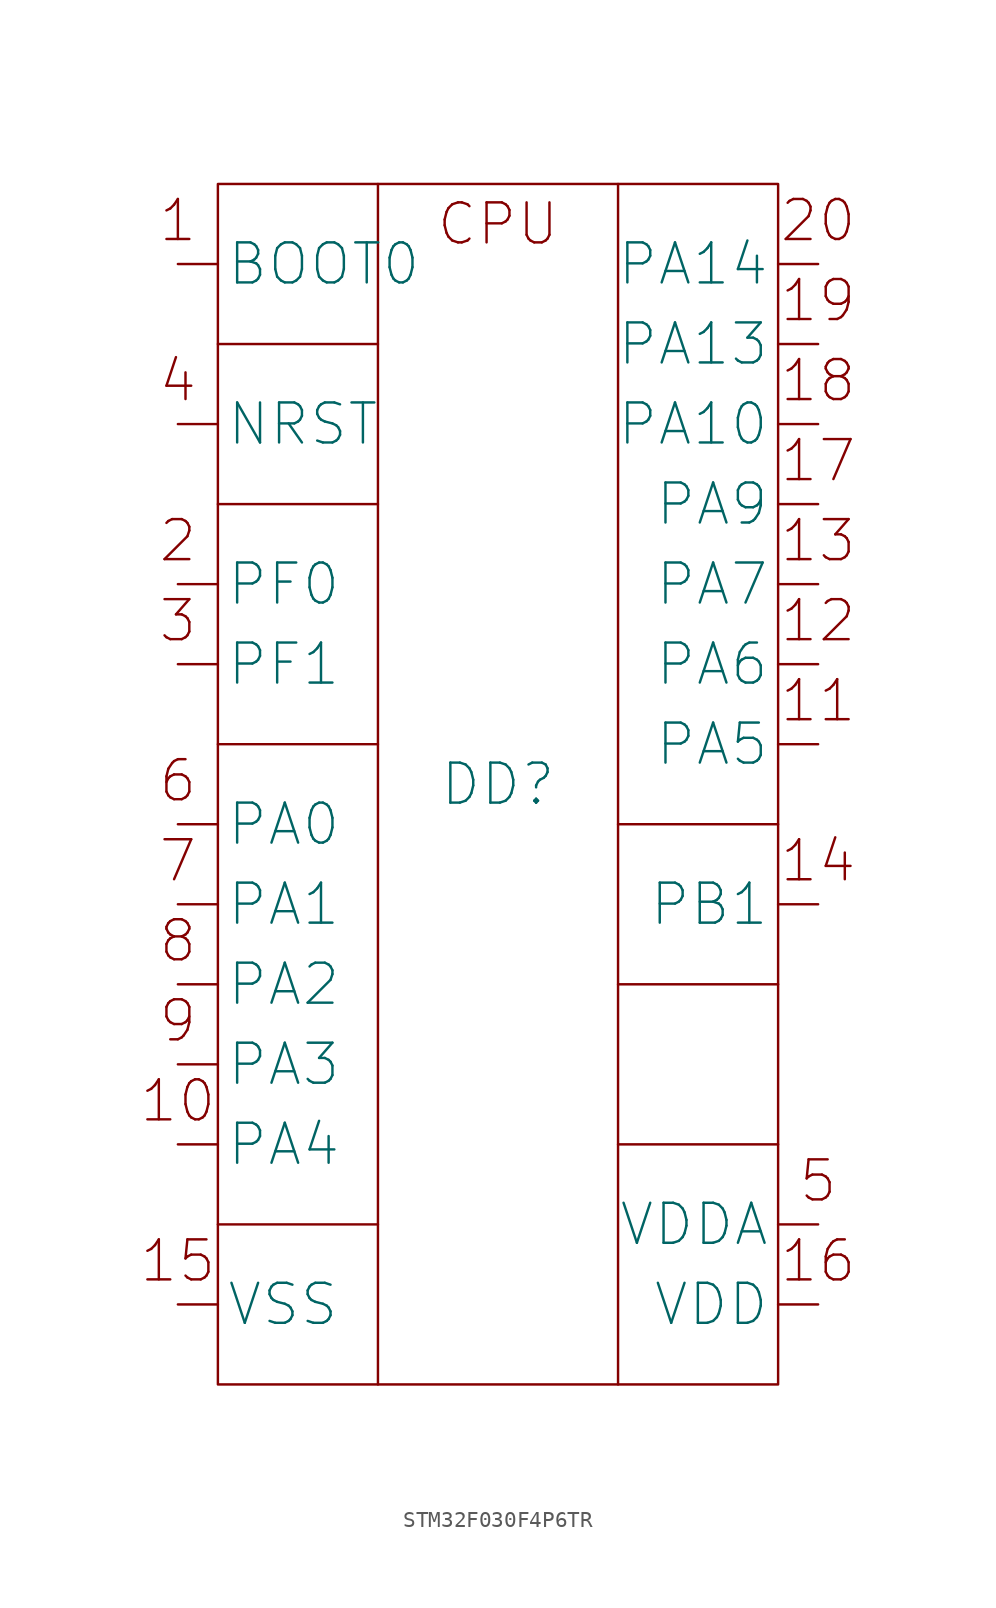
<source format=kicad_sym>
(kicad_symbol_lib
  (version 20220914)
  (generator kicad_symbol_editor)
  (symbol "STM32F030F4P6TR"
    (pin_numbers hide)
    (property "Reference" "DD"
      (at 0 0 0)
      (effects (font (size 2.5 2.5))))
    (property "Value" ""
      (at 5 7.5 0)
      (effects (font (size 1.27 1.27))))
    (symbol "STM32F030F4P6TR_1_1"
      (rectangle (start -17.5 37.5) (end 17.5 -37.5) (stroke (width 0) (type default)) (fill (type none)))
      (polyline (pts (xy -17.5 -27.5) (xy -7.5 -27.5)) (stroke (width 0) (type default)) (fill (type none)))
      (polyline (pts (xy -17.5 2.5) (xy -7.5 2.5)) (stroke (width 0) (type default)) (fill (type none)))
      (polyline (pts (xy -17.5 17.5) (xy -7.5 17.5)) (stroke (width 0) (type default)) (fill (type none)))
      (polyline (pts (xy -17.5 27.5) (xy -7.5 27.5)) (stroke (width 0) (type default)) (fill (type none)))
      (polyline (pts (xy -7.5 37.5) (xy -7.5 -37.5)) (stroke (width 0) (type default)) (fill (type none)))
      (polyline (pts (xy 7.5 37.5) (xy 7.5 -37.5)) (stroke (width 0) (type default)) (fill (type none)))
      (polyline (pts (xy 17.5 -22.5) (xy 7.5 -22.5)) (stroke (width 0) (type default)) (fill (type none)))
      (polyline (pts (xy 17.5 -12.5) (xy 7.5 -12.5)) (stroke (width 0) (type default)) (fill (type none)))
      (polyline (pts (xy 17.5 -2.5) (xy 7.5 -2.5)) (stroke (width 0) (type default)) (fill (type none)))
      (text "1" (at -20 33.75 0) (effects (font (size 2.5 2.5)) (justify bottom)))
      (text "10" (at -20 -21.25 0) (effects (font (size 2.5 2.5)) (justify bottom)))
      (text "11" (at 20 3.75 0) (effects (font (size 2.5 2.5)) (justify bottom)))
      (text "12" (at 20 8.75 0) (effects (font (size 2.5 2.5)) (justify bottom)))
      (text "13" (at 20 13.75 0) (effects (font (size 2.5 2.5)) (justify bottom)))
      (text "14" (at 20 -6.25 0) (effects (font (size 2.5 2.5)) (justify bottom)))
      (text "15" (at -20 -31.25 0) (effects (font (size 2.5 2.5)) (justify bottom)))
      (text "16" (at 20 -31.25 0) (effects (font (size 2.5 2.5)) (justify bottom)))
      (text "17" (at 20 18.75 0) (effects (font (size 2.5 2.5)) (justify bottom)))
      (text "18" (at 20 23.75 0) (effects (font (size 2.5 2.5)) (justify bottom)))
      (text "19" (at 20 28.75 0) (effects (font (size 2.5 2.5)) (justify bottom)))
      (text "2" (at -20 13.75 0) (effects (font (size 2.5 2.5)) (justify bottom)))
      (text "20" (at 20 33.75 0) (effects (font (size 2.5 2.5)) (justify bottom)))
      (text "3" (at -20 8.75 0) (effects (font (size 2.5 2.5)) (justify bottom)))
      (text "4" (at -20 23.75 0) (effects (font (size 2.5 2.5)) (justify bottom)))
      (text "5" (at 20 -26.25 0) (effects (font (size 2.5 2.5)) (justify bottom)))
      (text "6" (at -20 -1.25 0) (effects (font (size 2.5 2.5)) (justify bottom)))
      (text "7" (at -20 -6.25 0) (effects (font (size 2.5 2.5)) (justify bottom)))
      (text "8" (at -20 -11.25 0) (effects (font (size 2.5 2.5)) (justify bottom)))
      (text "9" (at -20 -16.25 0) (effects (font (size 2.5 2.5)) (justify bottom)))
      (text "CPU" (at 0 35 0) (effects (font (size 2.5 2.5))))
      (pin input line (at -20 32.5 0) (length 2.5) (name "BOOT0" (effects (font (size 2.5 2.5)))) (number "1" (effects (font (size 2.5 2.5)))))
      (pin input line (at -20 -22.5 0) (length 2.5) (name "PA4" (effects (font (size 2.5 2.5)))) (number "10" (effects (font (size 1.27 1.27)))))
      (pin input line (at 20 2.5 180) (length 2.5) (name "PA5" (effects (font (size 2.5 2.5)))) (number "11" (effects (font (size 1.27 1.27)))))
      (pin input line (at 20 7.5 180) (length 2.5) (name "PA6" (effects (font (size 2.5 2.5)))) (number "12" (effects (font (size 1.27 1.27)))))
      (pin input line (at 20 12.5 180) (length 2.5) (name "PA7" (effects (font (size 2.5 2.5)))) (number "13" (effects (font (size 1.27 1.27)))))
      (pin input line (at 20 -7.5 180) (length 2.5) (name "PB1" (effects (font (size 2.5 2.5)))) (number "14" (effects (font (size 1.27 1.27)))))
      (pin power_out line (at -20 -32.5 0) (length 2.5) (name "VSS" (effects (font (size 2.5 2.5)))) (number "15" (effects (font (size 1.27 1.27)))))
      (pin power_in line (at 20 -32.5 180) (length 2.5) (name "VDD" (effects (font (size 2.5 2.5)))) (number "16" (effects (font (size 1.27 1.27)))))
      (pin input line (at 20 17.5 180) (length 2.5) (name "PA9" (effects (font (size 2.5 2.5)))) (number "17" (effects (font (size 1.27 1.27)))))
      (pin input line (at 20 22.5 180) (length 2.5) (name "PA10" (effects (font (size 2.5 2.5)))) (number "18" (effects (font (size 1.27 1.27)))))
      (pin input line (at 20 27.5 180) (length 2.5) (name "PA13" (effects (font (size 2.5 2.5)))) (number "19" (effects (font (size 1.27 1.27)))))
      (pin input line (at -20 12.5 0) (length 2.5) (name "PF0" (effects (font (size 2.5 2.5)))) (number "2" (effects (font (size 1.27 1.27)))))
      (pin input line (at 20 32.5 180) (length 2.5) (name "PA14" (effects (font (size 2.5 2.5)))) (number "20" (effects (font (size 1.27 1.27)))))
      (pin input line (at -20 7.5 0) (length 2.5) (name "PF1" (effects (font (size 2.5 2.5)))) (number "3" (effects (font (size 1.27 1.27)))))
      (pin input line (at -20 22.5 0) (length 2.5) (name "NRST" (effects (font (size 2.5 2.5)))) (number "4" (effects (font (size 2.5 2.5)))))
      (pin power_in line (at 20 -27.5 180) (length 2.5) (name "VDDA" (effects (font (size 2.5 2.5)))) (number "5" (effects (font (size 1.27 1.27)))))
      (pin input line (at -20 -2.5 0) (length 2.5) (name "PA0" (effects (font (size 2.5 2.5)))) (number "6" (effects (font (size 1.27 1.27)))))
      (pin input line (at -20 -7.5 0) (length 2.5) (name "PA1" (effects (font (size 2.5 2.5)))) (number "7" (effects (font (size 1.27 1.27)))))
      (pin input line (at -20 -12.5 0) (length 2.5) (name "PA2" (effects (font (size 2.5 2.5)))) (number "8" (effects (font (size 1.27 1.27)))))
      (pin input line (at -20 -17.5 0) (length 2.5) (name "PA3" (effects (font (size 2.5 2.5)))) (number "9" (effects (font (size 1.27 1.27))))))))
</source>
